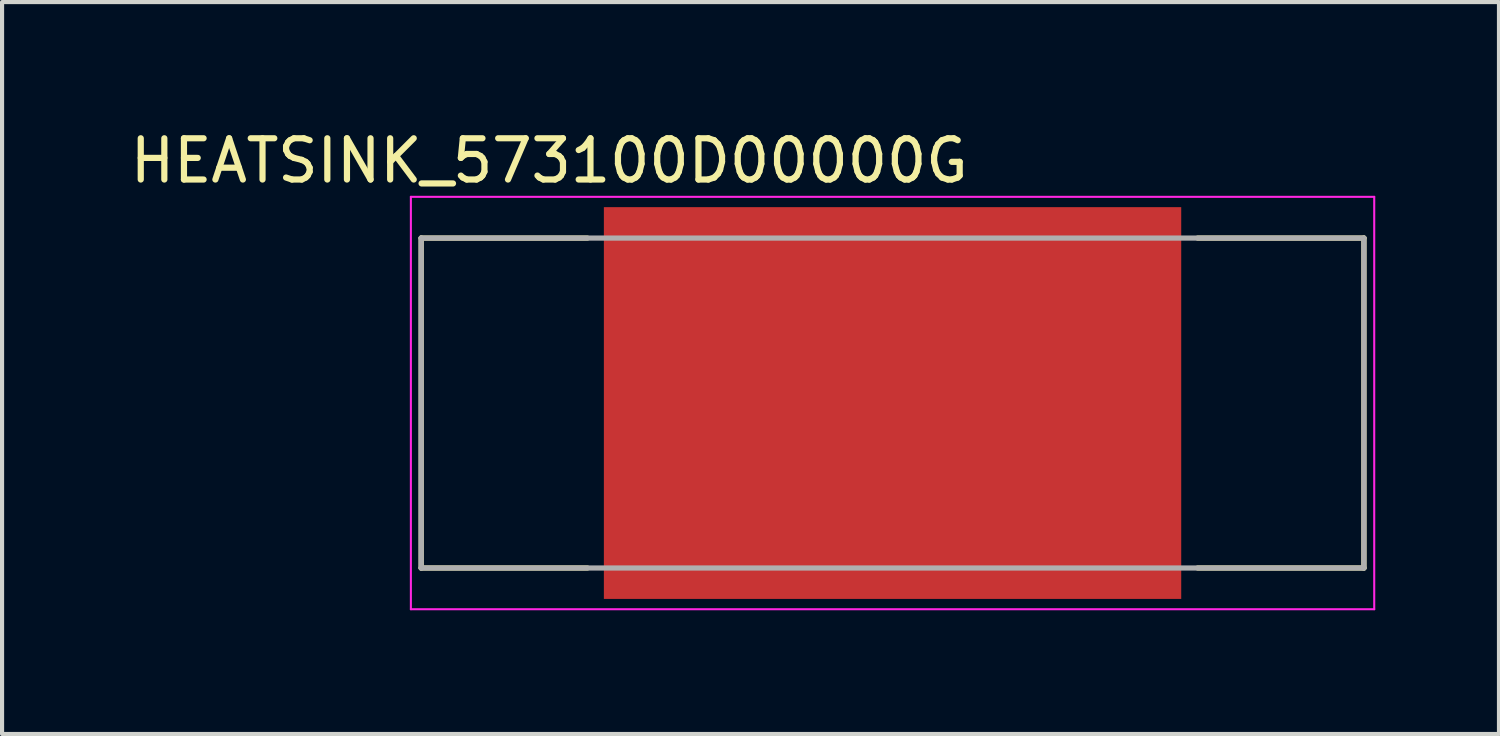
<source format=kicad_pcb>
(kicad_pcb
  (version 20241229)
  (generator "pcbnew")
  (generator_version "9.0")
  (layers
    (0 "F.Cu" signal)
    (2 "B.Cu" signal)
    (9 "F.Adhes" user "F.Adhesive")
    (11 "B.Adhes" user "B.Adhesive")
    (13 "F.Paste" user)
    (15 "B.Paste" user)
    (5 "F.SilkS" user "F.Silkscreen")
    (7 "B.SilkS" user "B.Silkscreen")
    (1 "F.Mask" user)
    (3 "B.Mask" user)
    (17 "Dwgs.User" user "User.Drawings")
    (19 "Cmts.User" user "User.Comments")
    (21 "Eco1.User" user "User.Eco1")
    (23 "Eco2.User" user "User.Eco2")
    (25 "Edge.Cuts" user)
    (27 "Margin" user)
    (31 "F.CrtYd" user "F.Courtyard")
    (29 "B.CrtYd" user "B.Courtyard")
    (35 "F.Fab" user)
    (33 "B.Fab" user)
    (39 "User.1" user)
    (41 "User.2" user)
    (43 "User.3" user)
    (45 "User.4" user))
  (footprint "HEATSINK_573100D00000G"
    (layer "F.Cu")
    (at 18.593 6.723)
    (property "Reference" "HEATSINK_573100D00000G" (at -8.325 -5.875 0) (layer "F.SilkS") (effects (font (size 1 1) (thickness 0.15))))
    (attr smd)
    (fp_poly (pts (xy -6.65 -4.5) (xy -5.25 -4.5) (xy -5.25 4.5) (xy -6.65 4.5)) (stroke (width 0.01) (type solid)) (fill yes) (layer "F.Mask"))
    (fp_poly (pts (xy -4.45 -4.5) (xy 4.45 -4.5) (xy 4.45 4.5) (xy -4.45 4.5)) (stroke (width 0.01) (type solid)) (fill yes) (layer "F.Mask"))
    (fp_poly (pts (xy 5.25 -4.5) (xy 6.65 -4.5) (xy 6.65 4.5) (xy 5.25 4.5)) (stroke (width 0.01) (type solid)) (fill yes) (layer "F.Mask"))
    (fp_line (start -11.43 -4) (end -7.4 -4) (stroke (width 0.127) (type solid)) (layer "F.SilkS"))
    (fp_line (start -11.43 4) (end -11.43 -4) (stroke (width 0.127) (type solid)) (layer "F.SilkS"))
    (fp_line (start -11.43 4) (end -7.4 4) (stroke (width 0.127) (type solid)) (layer "F.SilkS"))
    (fp_line (start 11.43 -4) (end 7.4 -4) (stroke (width 0.127) (type solid)) (layer "F.SilkS"))
    (fp_line (start 11.43 -4) (end 11.43 4) (stroke (width 0.127) (type solid)) (layer "F.SilkS"))
    (fp_line (start 11.43 4) (end 7.4 4) (stroke (width 0.127) (type solid)) (layer "F.SilkS"))
    (fp_poly (pts (xy -6.65 -4.5) (xy -5.25 -4.5) (xy -5.25 4.5) (xy -6.65 4.5)) (stroke (width 0.01) (type solid)) (fill yes) (layer "F.Paste"))
    (fp_poly (pts (xy 5.25 -4.5) (xy 6.65 -4.5) (xy 6.65 4.5) (xy 5.25 4.5)) (stroke (width 0.01) (type solid)) (fill yes) (layer "F.Paste"))
    (fp_line (start -11.68 -5) (end 11.68 -5) (stroke (width 0.05) (type solid)) (layer "F.CrtYd"))
    (fp_line (start -11.68 5) (end -11.68 -5) (stroke (width 0.05) (type solid)) (layer "F.CrtYd"))
    (fp_line (start 11.68 -5) (end 11.68 5) (stroke (width 0.05) (type solid)) (layer "F.CrtYd"))
    (fp_line (start 11.68 5) (end -11.68 5) (stroke (width 0.05) (type solid)) (layer "F.CrtYd"))
    (fp_line (start -11.43 -4) (end 11.43 -4) (stroke (width 0.127) (type solid)) (layer "F.Fab"))
    (fp_line (start -11.43 4) (end -11.43 -4) (stroke (width 0.127) (type solid)) (layer "F.Fab"))
    (fp_line (start 11.43 -4) (end 11.43 4) (stroke (width 0.127) (type solid)) (layer "F.Fab"))
    (fp_line (start 11.43 4) (end -11.43 4) (stroke (width 0.127) (type solid)) (layer "F.Fab"))
    (pad "1" smd rect (at 0 0) (size 14 9.5) (layers "F.Cu")))
  (gr_rect
    (start -3 -3)
    (end 33.298 14.748)
    (stroke (width 0.1) (type default))
    (fill no)
    (layer "Edge.Cuts")))
</source>
